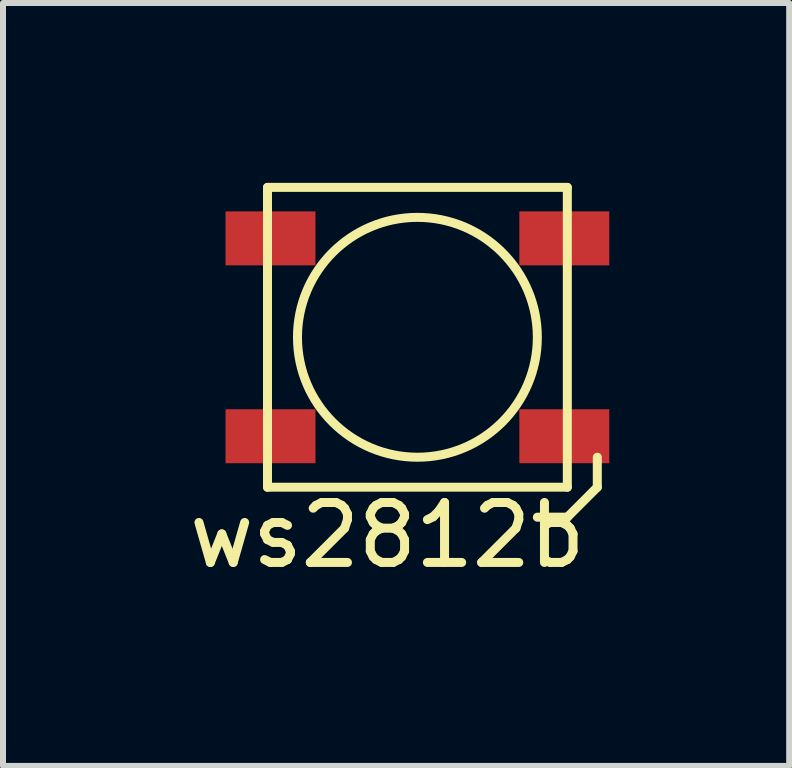
<source format=kicad_pcb>
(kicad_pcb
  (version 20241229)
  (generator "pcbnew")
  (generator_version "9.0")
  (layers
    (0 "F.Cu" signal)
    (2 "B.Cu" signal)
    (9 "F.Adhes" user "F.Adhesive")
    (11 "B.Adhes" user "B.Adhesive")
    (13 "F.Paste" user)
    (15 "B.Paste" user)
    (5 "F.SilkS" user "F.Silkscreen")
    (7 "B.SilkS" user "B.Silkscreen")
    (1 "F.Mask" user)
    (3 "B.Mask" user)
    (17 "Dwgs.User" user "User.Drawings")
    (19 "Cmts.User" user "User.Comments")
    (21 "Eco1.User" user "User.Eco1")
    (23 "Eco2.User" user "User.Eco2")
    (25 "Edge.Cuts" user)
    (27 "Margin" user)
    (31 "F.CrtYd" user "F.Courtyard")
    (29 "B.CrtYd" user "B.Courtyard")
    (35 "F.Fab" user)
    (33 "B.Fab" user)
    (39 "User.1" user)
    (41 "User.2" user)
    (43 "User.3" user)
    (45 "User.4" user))
  (footprint "ws2812b"
    (layer "F.Cu")
    (at 3.911 2.575)
    (property "Reference" "ws2812b" (at -0.5 3.3 0) (layer "F.SilkS") (effects (font (size 1 1) (thickness 0.15))))
    (attr through_hole)
    (fp_line (start -2.5 -2.5) (end -2.5 2.5) (stroke (width 0.15) (type solid)) (layer "F.SilkS"))
    (fp_line (start -2.5 2.5) (end 2.5 2.5) (stroke (width 0.15) (type solid)) (layer "F.SilkS"))
    (fp_line (start 2 3) (end 2.5 3) (stroke (width 0.15) (type solid)) (layer "F.SilkS"))
    (fp_line (start 2.5 -2.5) (end -2.5 -2.5) (stroke (width 0.15) (type solid)) (layer "F.SilkS"))
    (fp_line (start 2.5 2.5) (end 2.5 -2.5) (stroke (width 0.15) (type solid)) (layer "F.SilkS"))
    (fp_line (start 2.5 3) (end 3 2.5) (stroke (width 0.15) (type solid)) (layer "F.SilkS"))
    (fp_line (start 3 2.5) (end 3 2) (stroke (width 0.15) (type solid)) (layer "F.SilkS"))
    (fp_circle (center 0 0) (end 2 0) (stroke (width 0.15) (type solid)) (fill no) (layer "F.SilkS"))
    (pad "1" smd rect (at -2.45 -1.65) (size 1.5 0.9) (layers "F.Cu" "F.Mask" "F.Paste"))
    (pad "2" smd rect (at -2.45 1.65) (size 1.5 0.9) (layers "F.Cu" "F.Mask" "F.Paste"))
    (pad "3" smd rect (at 2.45 1.65) (size 1.5 0.9) (layers "F.Cu" "F.Mask" "F.Paste"))
    (pad "4" smd rect (at 2.45 -1.65) (size 1.5 0.9) (layers "F.Cu" "F.Mask" "F.Paste")))
  (gr_rect
    (start -3 -3)
    (end 10.111 9.723)
    (stroke (width 0.1) (type default))
    (fill no)
    (layer "Edge.Cuts")))
</source>
